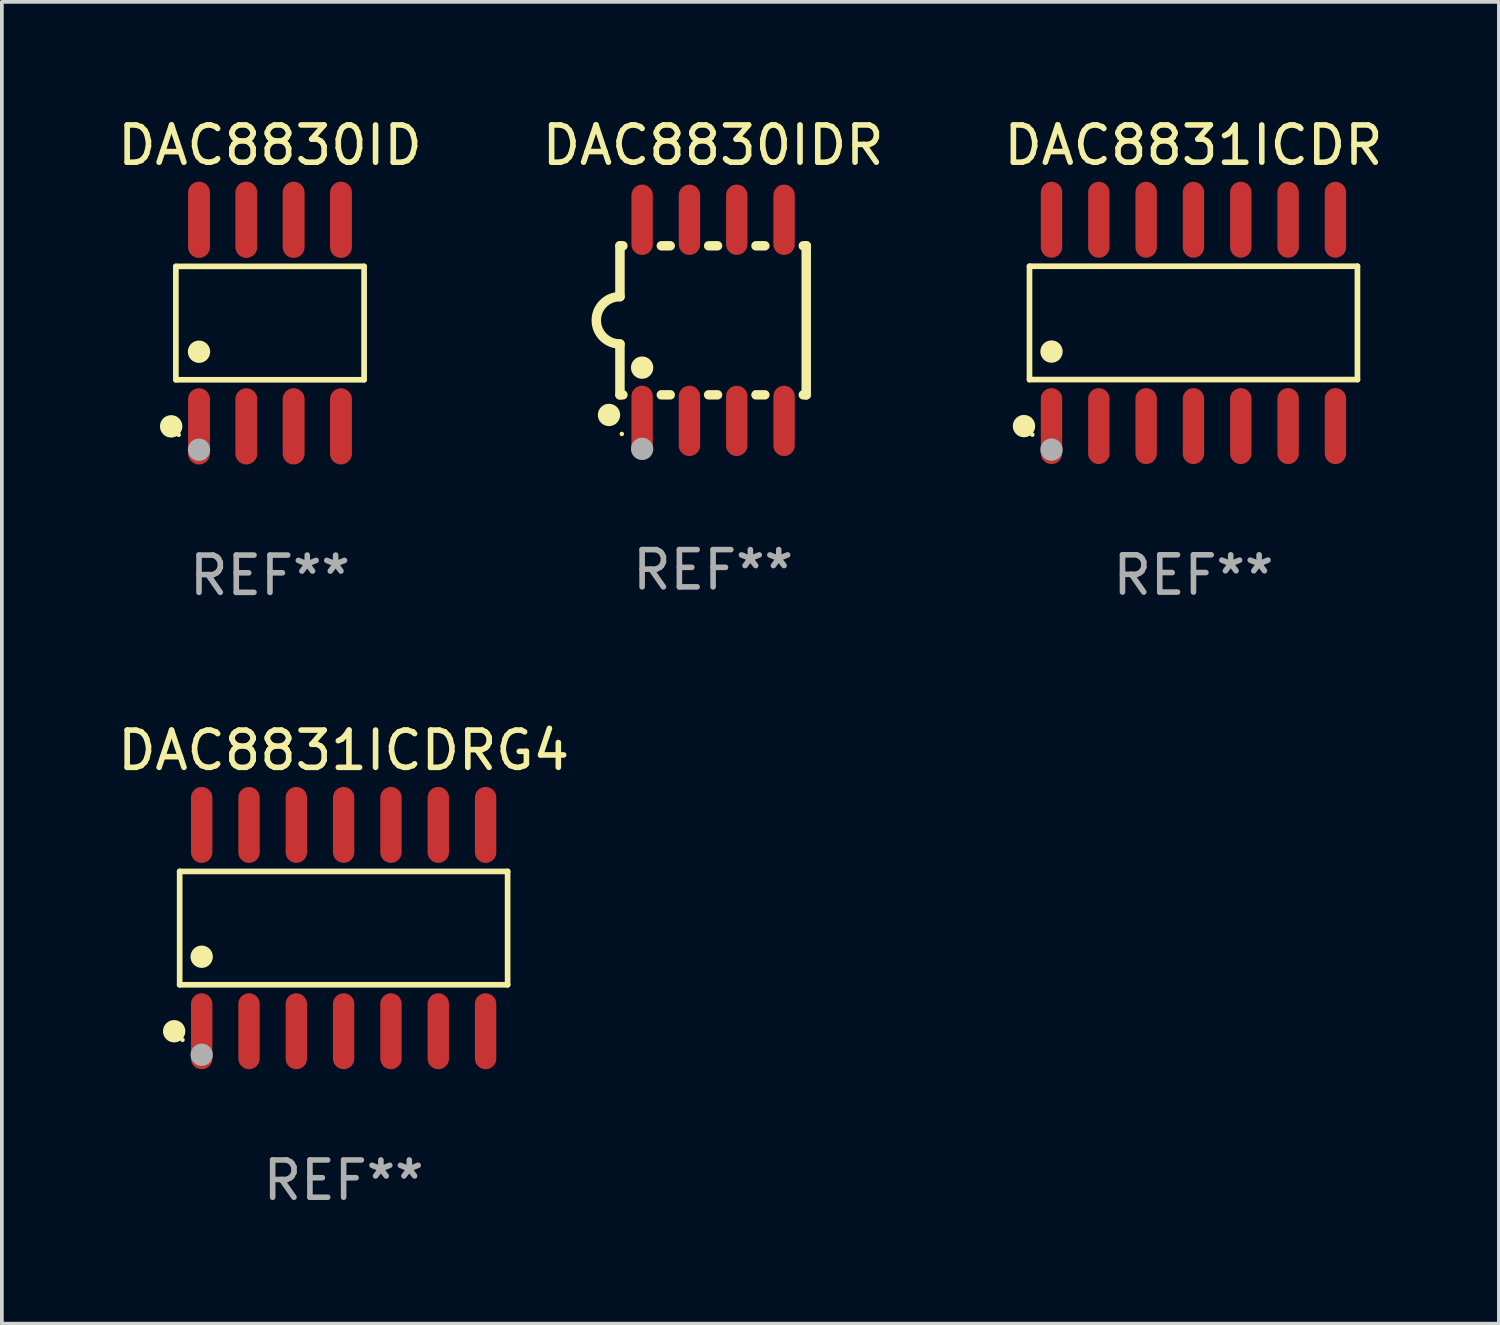
<source format=kicad_pcb>
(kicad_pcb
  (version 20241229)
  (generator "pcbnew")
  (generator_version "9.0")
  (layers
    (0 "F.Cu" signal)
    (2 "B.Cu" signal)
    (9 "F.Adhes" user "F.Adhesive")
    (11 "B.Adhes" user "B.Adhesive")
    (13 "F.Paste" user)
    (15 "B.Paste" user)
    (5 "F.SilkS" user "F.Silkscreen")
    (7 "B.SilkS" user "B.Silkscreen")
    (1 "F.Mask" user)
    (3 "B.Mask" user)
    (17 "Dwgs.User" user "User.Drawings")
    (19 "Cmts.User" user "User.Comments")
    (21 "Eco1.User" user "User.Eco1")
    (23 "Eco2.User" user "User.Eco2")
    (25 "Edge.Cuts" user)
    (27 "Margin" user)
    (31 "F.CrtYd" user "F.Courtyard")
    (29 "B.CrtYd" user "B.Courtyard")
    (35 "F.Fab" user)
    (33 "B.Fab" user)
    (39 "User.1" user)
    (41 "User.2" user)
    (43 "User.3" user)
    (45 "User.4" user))
  (footprint "DAC8830IDR"
    (layer "F.Cu")
    (at 16.089 5.547)
    (property "Reference" "DAC8830IDR" (at 0 -4.699 0) (layer "F.SilkS") (effects (font (size 1 1) (thickness 0.15))))
    (attr through_hole)
    (fp_line (start -2.5 -2) (end -2.5 -0.635) (stroke (width 0.254) (type solid)) (layer "F.SilkS"))
    (fp_line (start -2.5 -2) (end -2.421 -2) (stroke (width 0.254) (type solid)) (layer "F.SilkS"))
    (fp_line (start -2.5 2) (end -2.5 0.635) (stroke (width 0.254) (type solid)) (layer "F.SilkS"))
    (fp_line (start -2.5 2) (end -2.421 2) (stroke (width 0.254) (type solid)) (layer "F.SilkS"))
    (fp_line (start -1.389 -2) (end -1.151 -2) (stroke (width 0.254) (type solid)) (layer "F.SilkS"))
    (fp_line (start -1.389 2) (end -1.151 2) (stroke (width 0.254) (type solid)) (layer "F.SilkS"))
    (fp_line (start -0.119 -2) (end 0.119 -2) (stroke (width 0.254) (type solid)) (layer "F.SilkS"))
    (fp_line (start -0.119 2) (end 0.119 2) (stroke (width 0.254) (type solid)) (layer "F.SilkS"))
    (fp_line (start 1.151 -2) (end 1.389 -2) (stroke (width 0.254) (type solid)) (layer "F.SilkS"))
    (fp_line (start 1.151 2) (end 1.389 2) (stroke (width 0.254) (type solid)) (layer "F.SilkS"))
    (fp_line (start 2.421 -2) (end 2.5 -2) (stroke (width 0.254) (type solid)) (layer "F.SilkS"))
    (fp_line (start 2.421 2) (end 2.5 2) (stroke (width 0.254) (type solid)) (layer "F.SilkS"))
    (fp_line (start 2.5 -2) (end 2.5 2) (stroke (width 0.254) (type solid)) (layer "F.SilkS"))
    (fp_arc (start -2.5 0.635001) (mid -3.134366 -0.000318) (end -2.499365 -0.635001) (stroke (width 0.254001) (type solid)) (layer "F.SilkS"))
    (fp_circle (center -2.794 2.54) (end -2.644 2.54) (stroke (width 0.3) (type solid)) (fill no) (layer "F.SilkS"))
    (fp_circle (center -2.45 3.05) (end -2.42 3.05) (stroke (width 0.06) (type solid)) (fill no) (layer "F.SilkS"))
    (fp_circle (center -1.905 1.27) (end -1.755 1.27) (stroke (width 0.3) (type solid)) (fill no) (layer "F.SilkS"))
    (fp_circle (center -1.905 3.45) (end -1.755 3.45) (stroke (width 0.3) (type solid)) (fill no) (layer "F.Fab"))
    (fp_text user "REF**" (at 0 6.699 0) (layer "F.Fab") (effects (font (size 1 1) (thickness 0.15))))
    (pad "1" smd oval (at -1.905 2.699) (size 0.574 1.888) (layers "F.Cu" "F.Mask" "F.Paste"))
    (pad "2" smd oval (at -0.635 2.699) (size 0.574 1.888) (layers "F.Cu" "F.Mask" "F.Paste"))
    (pad "3" smd oval (at 0.635 2.699) (size 0.574 1.888) (layers "F.Cu" "F.Mask" "F.Paste"))
    (pad "4" smd oval (at 1.905 2.699) (size 0.574 1.888) (layers "F.Cu" "F.Mask" "F.Paste"))
    (pad "5" smd oval (at 1.905 -2.699) (size 0.574 1.888) (layers "F.Cu" "F.Mask" "F.Paste"))
    (pad "6" smd oval (at 0.635 -2.699) (size 0.574 1.888) (layers "F.Cu" "F.Mask" "F.Paste"))
    (pad "7" smd oval (at -0.635 -2.699) (size 0.574 1.888) (layers "F.Cu" "F.Mask" "F.Paste"))
    (pad "8" smd oval (at -1.905 -2.699) (size 0.574 1.888) (layers "F.Cu" "F.Mask" "F.Paste")))
  (footprint "DAC8830ID"
    (layer "F.Cu")
    (at 4.196 5.621)
    (property "Reference" "DAC8830ID" (at 0 -4.772 0) (layer "F.SilkS") (effects (font (size 1 1) (thickness 0.15))))
    (attr through_hole)
    (fp_line (start -2.526 -1.521) (end 2.526 -1.521) (stroke (width 0.152) (type solid)) (layer "F.SilkS"))
    (fp_line (start -2.526 1.521) (end -2.526 -1.521) (stroke (width 0.152) (type solid)) (layer "F.SilkS"))
    (fp_line (start 2.526 -1.521) (end 2.526 1.521) (stroke (width 0.152) (type solid)) (layer "F.SilkS"))
    (fp_line (start 2.526 1.521) (end -2.526 1.521) (stroke (width 0.152) (type solid)) (layer "F.SilkS"))
    (fp_circle (center -2.652 2.772) (end -2.501 2.772) (stroke (width 0.3) (type solid)) (fill no) (layer "F.SilkS"))
    (fp_circle (center -2.45 3) (end -2.42 3) (stroke (width 0.06) (type solid)) (fill no) (layer "F.SilkS"))
    (fp_circle (center -1.905 0.769) (end -1.755 0.769) (stroke (width 0.3) (type solid)) (fill no) (layer "F.SilkS"))
    (fp_circle (center -1.905 3.4) (end -1.755 3.4) (stroke (width 0.3) (type solid)) (fill no) (layer "F.Fab"))
    (fp_text user "REF**" (at 0 6.772 0) (layer "F.Fab") (effects (font (size 1 1) (thickness 0.15))))
    (pad "1" smd oval (at -1.905 2.772) (size 0.588 2.045) (layers "F.Cu" "F.Mask" "F.Paste"))
    (pad "2" smd oval (at -0.635 2.772) (size 0.588 2.045) (layers "F.Cu" "F.Mask" "F.Paste"))
    (pad "3" smd oval (at 0.635 2.772) (size 0.588 2.045) (layers "F.Cu" "F.Mask" "F.Paste"))
    (pad "4" smd oval (at 1.905 2.772) (size 0.588 2.045) (layers "F.Cu" "F.Mask" "F.Paste"))
    (pad "5" smd oval (at 1.905 -2.772) (size 0.588 2.045) (layers "F.Cu" "F.Mask" "F.Paste"))
    (pad "6" smd oval (at 0.635 -2.772) (size 0.588 2.045) (layers "F.Cu" "F.Mask" "F.Paste"))
    (pad "7" smd oval (at -0.635 -2.772) (size 0.588 2.045) (layers "F.Cu" "F.Mask" "F.Paste"))
    (pad "8" smd oval (at -1.905 -2.772) (size 0.588 2.045) (layers "F.Cu" "F.Mask" "F.Paste")))
  (footprint "DAC8831ICDR"
    (layer "F.Cu")
    (at 28.982 5.617)
    (property "Reference" "DAC8831ICDR" (at 0 -4.769 0) (layer "F.SilkS") (effects (font (size 1 1) (thickness 0.15))))
    (attr through_hole)
    (fp_line (start -4.401 -1.521) (end 4.401 -1.521) (stroke (width 0.152) (type solid)) (layer "F.SilkS"))
    (fp_line (start -4.401 1.521) (end -4.401 -1.521) (stroke (width 0.152) (type solid)) (layer "F.SilkS"))
    (fp_line (start 4.401 -1.521) (end 4.401 1.521) (stroke (width 0.152) (type solid)) (layer "F.SilkS"))
    (fp_line (start 4.401 1.521) (end -4.401 1.521) (stroke (width 0.152) (type solid)) (layer "F.SilkS"))
    (fp_circle (center -4.549 2.769) (end -4.399 2.769) (stroke (width 0.3) (type solid)) (fill no) (layer "F.SilkS"))
    (fp_circle (center -4.325 3) (end -4.295 3) (stroke (width 0.06) (type solid)) (fill no) (layer "F.SilkS"))
    (fp_circle (center -3.81 0.769) (end -3.66 0.769) (stroke (width 0.3) (type solid)) (fill no) (layer "F.SilkS"))
    (fp_circle (center -3.81 3.4) (end -3.66 3.4) (stroke (width 0.3) (type solid)) (fill no) (layer "F.Fab"))
    (fp_text user "REF**" (at 0 6.769 0) (layer "F.Fab") (effects (font (size 1 1) (thickness 0.15))))
    (pad "1" smd oval (at -3.81 2.769) (size 0.574 2.038) (layers "F.Cu" "F.Mask" "F.Paste"))
    (pad "2" smd oval (at -2.54 2.769) (size 0.574 2.038) (layers "F.Cu" "F.Mask" "F.Paste"))
    (pad "3" smd oval (at -1.27 2.769) (size 0.574 2.038) (layers "F.Cu" "F.Mask" "F.Paste"))
    (pad "4" smd oval (at 0 2.769) (size 0.574 2.038) (layers "F.Cu" "F.Mask" "F.Paste"))
    (pad "5" smd oval (at 1.27 2.769) (size 0.574 2.038) (layers "F.Cu" "F.Mask" "F.Paste"))
    (pad "6" smd oval (at 2.54 2.769) (size 0.574 2.038) (layers "F.Cu" "F.Mask" "F.Paste"))
    (pad "7" smd oval (at 3.81 2.769) (size 0.574 2.038) (layers "F.Cu" "F.Mask" "F.Paste"))
    (pad "8" smd oval (at 3.81 -2.769) (size 0.574 2.038) (layers "F.Cu" "F.Mask" "F.Paste"))
    (pad "9" smd oval (at 2.54 -2.769) (size 0.574 2.038) (layers "F.Cu" "F.Mask" "F.Paste"))
    (pad "10" smd oval (at 1.27 -2.769) (size 0.574 2.038) (layers "F.Cu" "F.Mask" "F.Paste"))
    (pad "11" smd oval (at 0 -2.769) (size 0.574 2.038) (layers "F.Cu" "F.Mask" "F.Paste"))
    (pad "12" smd oval (at -1.27 -2.769) (size 0.574 2.038) (layers "F.Cu" "F.Mask" "F.Paste"))
    (pad "13" smd oval (at -2.54 -2.769) (size 0.574 2.038) (layers "F.Cu" "F.Mask" "F.Paste"))
    (pad "14" smd oval (at -3.81 -2.769) (size 0.574 2.038) (layers "F.Cu" "F.Mask" "F.Paste")))
  (footprint "DAC8831ICDRG4"
    (layer "F.Cu")
    (at 6.173 21.859)
    (property "Reference" "DAC8831ICDRG4" (at 0 -4.769 0) (layer "F.SilkS") (effects (font (size 1 1) (thickness 0.15))))
    (attr through_hole)
    (fp_line (start -4.401 -1.521) (end 4.401 -1.521) (stroke (width 0.152) (type solid)) (layer "F.SilkS"))
    (fp_line (start -4.401 1.521) (end -4.401 -1.521) (stroke (width 0.152) (type solid)) (layer "F.SilkS"))
    (fp_line (start 4.401 -1.521) (end 4.401 1.521) (stroke (width 0.152) (type solid)) (layer "F.SilkS"))
    (fp_line (start 4.401 1.521) (end -4.401 1.521) (stroke (width 0.152) (type solid)) (layer "F.SilkS"))
    (fp_circle (center -4.549 2.769) (end -4.399 2.769) (stroke (width 0.3) (type solid)) (fill no) (layer "F.SilkS"))
    (fp_circle (center -4.325 3) (end -4.295 3) (stroke (width 0.06) (type solid)) (fill no) (layer "F.SilkS"))
    (fp_circle (center -3.81 0.769) (end -3.66 0.769) (stroke (width 0.3) (type solid)) (fill no) (layer "F.SilkS"))
    (fp_circle (center -3.81 3.4) (end -3.66 3.4) (stroke (width 0.3) (type solid)) (fill no) (layer "F.Fab"))
    (fp_text user "REF**" (at 0 6.769 0) (layer "F.Fab") (effects (font (size 1 1) (thickness 0.15))))
    (pad "1" smd oval (at -3.81 2.769) (size 0.574 2.038) (layers "F.Cu" "F.Mask" "F.Paste"))
    (pad "2" smd oval (at -2.54 2.769) (size 0.574 2.038) (layers "F.Cu" "F.Mask" "F.Paste"))
    (pad "3" smd oval (at -1.27 2.769) (size 0.574 2.038) (layers "F.Cu" "F.Mask" "F.Paste"))
    (pad "4" smd oval (at 0 2.769) (size 0.574 2.038) (layers "F.Cu" "F.Mask" "F.Paste"))
    (pad "5" smd oval (at 1.27 2.769) (size 0.574 2.038) (layers "F.Cu" "F.Mask" "F.Paste"))
    (pad "6" smd oval (at 2.54 2.769) (size 0.574 2.038) (layers "F.Cu" "F.Mask" "F.Paste"))
    (pad "7" smd oval (at 3.81 2.769) (size 0.574 2.038) (layers "F.Cu" "F.Mask" "F.Paste"))
    (pad "8" smd oval (at 3.81 -2.769) (size 0.574 2.038) (layers "F.Cu" "F.Mask" "F.Paste"))
    (pad "9" smd oval (at 2.54 -2.769) (size 0.574 2.038) (layers "F.Cu" "F.Mask" "F.Paste"))
    (pad "10" smd oval (at 1.27 -2.769) (size 0.574 2.038) (layers "F.Cu" "F.Mask" "F.Paste"))
    (pad "11" smd oval (at 0 -2.769) (size 0.574 2.038) (layers "F.Cu" "F.Mask" "F.Paste"))
    (pad "12" smd oval (at -1.27 -2.769) (size 0.574 2.038) (layers "F.Cu" "F.Mask" "F.Paste"))
    (pad "13" smd oval (at -2.54 -2.769) (size 0.574 2.038) (layers "F.Cu" "F.Mask" "F.Paste"))
    (pad "14" smd oval (at -3.81 -2.769) (size 0.574 2.038) (layers "F.Cu" "F.Mask" "F.Paste")))
  (gr_rect
    (start -3 -3)
    (end 37.179 32.476)
    (stroke (width 0.1) (type default))
    (fill no)
    (layer "Edge.Cuts")))
</source>
